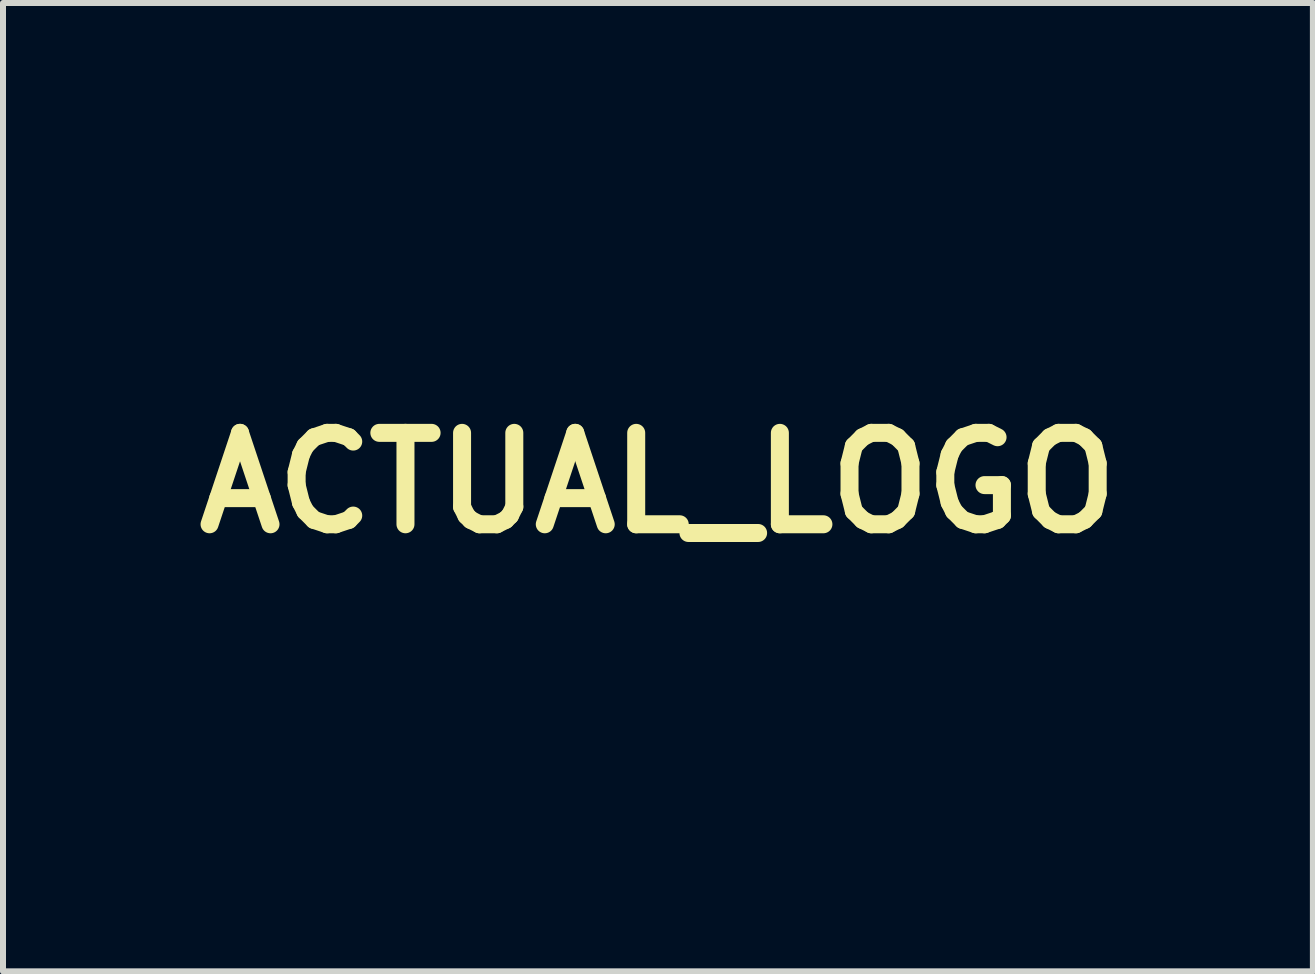
<source format=kicad_pcb>
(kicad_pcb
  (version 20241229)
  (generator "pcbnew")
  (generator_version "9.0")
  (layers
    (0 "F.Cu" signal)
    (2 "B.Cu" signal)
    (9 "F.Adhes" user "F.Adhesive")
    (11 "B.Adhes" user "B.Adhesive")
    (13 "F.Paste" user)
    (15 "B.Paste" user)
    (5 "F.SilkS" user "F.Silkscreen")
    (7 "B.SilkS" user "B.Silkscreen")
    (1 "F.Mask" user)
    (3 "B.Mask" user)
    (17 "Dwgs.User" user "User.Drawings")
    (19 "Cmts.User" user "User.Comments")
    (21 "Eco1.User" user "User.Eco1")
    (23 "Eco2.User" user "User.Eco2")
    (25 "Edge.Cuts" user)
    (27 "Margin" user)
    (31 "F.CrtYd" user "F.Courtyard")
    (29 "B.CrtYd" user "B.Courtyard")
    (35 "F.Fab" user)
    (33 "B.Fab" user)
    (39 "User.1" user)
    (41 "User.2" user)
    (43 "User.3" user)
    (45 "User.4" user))
  (footprint "ACTUAL_LOGO"
    (layer "F.Cu")
    (at 7.918 5)
    (property "Reference" "ACTUAL_LOGO" (at 0 0 0) (layer "F.SilkS") (effects (font (size 1.524 1.524) (thickness 0.3))))
    (attr through_hole)
    (fp_poly (pts (xy -4.657 2.244) (xy -4.699 2.286) (xy -4.741 2.244) (xy -4.699 2.201) (xy -4.657 2.244)) (stroke (width 0.01) (type solid)) (fill no) (layer "Eco2.User"))
    (fp_poly (pts (xy -4.572 2.413) (xy -4.614 2.455) (xy -4.657 2.413) (xy -4.614 2.371) (xy -4.572 2.413)) (stroke (width 0.01) (type solid)) (fill no) (layer "Eco2.User"))
    (fp_poly (pts (xy -4.403 -4.953) (xy -4.445 -4.911) (xy -4.487 -4.953) (xy -4.445 -4.995) (xy -4.403 -4.953)) (stroke (width 0.01) (type solid)) (fill no) (layer "Eco2.User"))
    (fp_poly (pts (xy -3.556 -4.022) (xy -3.598 -3.979) (xy -3.641 -4.022) (xy -3.598 -4.064) (xy -3.556 -4.022)) (stroke (width 0.01) (type solid)) (fill no) (layer "Eco2.User"))
    (fp_poly (pts (xy -3.471 1.397) (xy -3.514 1.439) (xy -3.556 1.397) (xy -3.514 1.355) (xy -3.471 1.397)) (stroke (width 0.01) (type solid)) (fill no) (layer "Eco2.User"))
    (fp_poly (pts (xy -2.54 4.445) (xy -2.582 4.487) (xy -2.625 4.445) (xy -2.582 4.403) (xy -2.54 4.445)) (stroke (width 0.01) (type solid)) (fill no) (layer "Eco2.User"))
    (fp_poly (pts (xy -2.371 4.53) (xy -2.413 4.572) (xy -2.455 4.53) (xy -2.413 4.487) (xy -2.371 4.53)) (stroke (width 0.01) (type solid)) (fill no) (layer "Eco2.User"))
    (fp_poly (pts (xy -2.201 -4.445) (xy -2.244 -4.403) (xy -2.286 -4.445) (xy -2.244 -4.487) (xy -2.201 -4.445)) (stroke (width 0.01) (type solid)) (fill no) (layer "Eco2.User"))
    (fp_poly (pts (xy -1.947 -4.191) (xy -1.99 -4.149) (xy -2.032 -4.191) (xy -1.99 -4.233) (xy -1.947 -4.191)) (stroke (width 0.01) (type solid)) (fill no) (layer "Eco2.User"))
    (fp_poly (pts (xy -1.778 -3.175) (xy -1.82 -3.133) (xy -1.863 -3.175) (xy -1.82 -3.217) (xy -1.778 -3.175)) (stroke (width 0.01) (type solid)) (fill no) (layer "Eco2.User"))
    (fp_poly (pts (xy -1.524 -3.006) (xy -1.566 -2.963) (xy -1.609 -3.006) (xy -1.566 -3.048) (xy -1.524 -3.006)) (stroke (width 0.01) (type solid)) (fill no) (layer "Eco2.User"))
    (fp_poly (pts (xy -1.016 -3.09) (xy -1.058 -3.048) (xy -1.101 -3.09) (xy -1.058 -3.133) (xy -1.016 -3.09)) (stroke (width 0.01) (type solid)) (fill no) (layer "Eco2.User"))
    (fp_poly (pts (xy -0.931 -4.953) (xy -0.974 -4.911) (xy -1.016 -4.953) (xy -0.974 -4.995) (xy -0.931 -4.953)) (stroke (width 0.01) (type solid)) (fill no) (layer "Eco2.User"))
    (fp_poly (pts (xy -0.085 -4.953) (xy -0.127 -4.911) (xy -0.169 -4.953) (xy -0.127 -4.995) (xy -0.085 -4.953)) (stroke (width 0.01) (type solid)) (fill no) (layer "Eco2.User"))
    (fp_poly (pts (xy 0.339 -4.953) (xy 0.296 -4.911) (xy 0.254 -4.953) (xy 0.296 -4.995) (xy 0.339 -4.953)) (stroke (width 0.01) (type solid)) (fill no) (layer "Eco2.User"))
    (fp_poly (pts (xy 1.101 -0.296) (xy 1.058 -0.254) (xy 1.016 -0.296) (xy 1.058 -0.339) (xy 1.101 -0.296)) (stroke (width 0.01) (type solid)) (fill no) (layer "Eco2.User"))
    (fp_poly (pts (xy 1.101 2.582) (xy 1.058 2.625) (xy 1.016 2.582) (xy 1.058 2.54) (xy 1.101 2.582)) (stroke (width 0.01) (type solid)) (fill no) (layer "Eco2.User"))
    (fp_poly (pts (xy 1.27 0.466) (xy 1.228 0.508) (xy 1.185 0.466) (xy 1.228 0.423) (xy 1.27 0.466)) (stroke (width 0.01) (type solid)) (fill no) (layer "Eco2.User"))
    (fp_poly (pts (xy 1.27 2.498) (xy 1.228 2.54) (xy 1.185 2.498) (xy 1.228 2.455) (xy 1.27 2.498)) (stroke (width 0.01) (type solid)) (fill no) (layer "Eco2.User"))
    (fp_poly (pts (xy 1.524 0.466) (xy 1.482 0.508) (xy 1.439 0.466) (xy 1.482 0.423) (xy 1.524 0.466)) (stroke (width 0.01) (type solid)) (fill no) (layer "Eco2.User"))
    (fp_poly (pts (xy 1.947 -4.953) (xy 1.905 -4.911) (xy 1.863 -4.953) (xy 1.905 -4.995) (xy 1.947 -4.953)) (stroke (width 0.01) (type solid)) (fill no) (layer "Eco2.User"))
    (fp_poly (pts (xy 2.201 0.212) (xy 2.159 0.254) (xy 2.117 0.212) (xy 2.159 0.169) (xy 2.201 0.212)) (stroke (width 0.01) (type solid)) (fill no) (layer "Eco2.User"))
    (fp_poly (pts (xy 2.286 -0.635) (xy 2.244 -0.593) (xy 2.201 -0.635) (xy 2.244 -0.677) (xy 2.286 -0.635)) (stroke (width 0.01) (type solid)) (fill no) (layer "Eco2.User"))
    (fp_poly (pts (xy 2.371 -4.953) (xy 2.328 -4.911) (xy 2.286 -4.953) (xy 2.328 -4.995) (xy 2.371 -4.953)) (stroke (width 0.01) (type solid)) (fill no) (layer "Eco2.User"))
    (fp_poly (pts (xy 3.979 1.651) (xy 3.937 1.693) (xy 3.895 1.651) (xy 3.937 1.609) (xy 3.979 1.651)) (stroke (width 0.01) (type solid)) (fill no) (layer "Eco2.User"))
    (fp_poly (pts (xy 4.149 1.736) (xy 4.106 1.778) (xy 4.064 1.736) (xy 4.106 1.693) (xy 4.149 1.736)) (stroke (width 0.01) (type solid)) (fill no) (layer "Eco2.User"))
    (fp_poly (pts (xy 4.403 -4.953) (xy 4.36 -4.911) (xy 4.318 -4.953) (xy 4.36 -4.995) (xy 4.403 -4.953)) (stroke (width 0.01) (type solid)) (fill no) (layer "Eco2.User"))
    (fp_poly (pts (xy -4.77 1.976) (xy -4.759 2.076) (xy -4.77 2.088) (xy -4.82 2.077) (xy -4.826 2.032) (xy -4.795 1.962) (xy -4.77 1.976)) (stroke (width 0.01) (type solid)) (fill no) (layer "Eco2.User"))
    (fp_poly (pts (xy -3.111 -4.967) (xy -3.101 -4.936) (xy -3.217 -4.924) (xy -3.338 -4.937) (xy -3.323 -4.967) (xy -3.15 -4.978) (xy -3.111 -4.967)) (stroke (width 0.01) (type solid)) (fill no) (layer "Eco2.User"))
    (fp_poly (pts (xy -2.992 -3.528) (xy -2.981 -3.427) (xy -2.992 -3.415) (xy -3.042 -3.427) (xy -3.048 -3.471) (xy -3.017 -3.541) (xy -2.992 -3.528)) (stroke (width 0.01) (type solid)) (fill no) (layer "Eco2.User"))
    (fp_poly (pts (xy -2.314 -2.173) (xy -2.326 -2.123) (xy -2.371 -2.117) (xy -2.44 -2.148) (xy -2.427 -2.173) (xy -2.327 -2.183) (xy -2.314 -2.173)) (stroke (width 0.01) (type solid)) (fill no) (layer "Eco2.User"))
    (fp_poly (pts (xy -1.806 4.77) (xy -1.818 4.82) (xy -1.863 4.826) (xy -1.932 4.795) (xy -1.919 4.77) (xy -1.819 4.759) (xy -1.806 4.77)) (stroke (width 0.01) (type solid)) (fill no) (layer "Eco2.User"))
    (fp_poly (pts (xy -1.552 4.854) (xy -1.564 4.905) (xy -1.609 4.911) (xy -1.678 4.88) (xy -1.665 4.854) (xy -1.565 4.844) (xy -1.552 4.854)) (stroke (width 0.01) (type solid)) (fill no) (layer "Eco2.User"))
    (fp_poly (pts (xy -1.298 4.939) (xy -1.31 4.989) (xy -1.355 4.995) (xy -1.424 4.964) (xy -1.411 4.939) (xy -1.311 4.929) (xy -1.298 4.939)) (stroke (width 0.01) (type solid)) (fill no) (layer "Eco2.User"))
    (fp_poly (pts (xy -1.297 -3.826) (xy -1.287 -3.694) (xy -1.304 -3.664) (xy -1.342 -3.689) (xy -1.348 -3.775) (xy -1.327 -3.865) (xy -1.297 -3.826)) (stroke (width 0.01) (type solid)) (fill no) (layer "Eco2.User"))
    (fp_poly (pts (xy -0.87 5.029) (xy -0.895 5.067) (xy -0.981 5.073) (xy -1.071 5.053) (xy -1.032 5.022) (xy -0.9 5.012) (xy -0.87 5.029)) (stroke (width 0.01) (type solid)) (fill no) (layer "Eco2.User"))
    (fp_poly (pts (xy -0.536 -4.967) (xy -0.548 -4.917) (xy -0.593 -4.911) (xy -0.662 -4.942) (xy -0.649 -4.967) (xy -0.549 -4.977) (xy -0.536 -4.967)) (stroke (width 0.01) (type solid)) (fill no) (layer "Eco2.User"))
    (fp_poly (pts (xy 1.157 2.314) (xy 1.145 2.365) (xy 1.101 2.371) (xy 1.031 2.34) (xy 1.044 2.314) (xy 1.145 2.304) (xy 1.157 2.314)) (stroke (width 0.01) (type solid)) (fill no) (layer "Eco2.User"))
    (fp_poly (pts (xy 1.496 2.399) (xy 1.484 2.449) (xy 1.439 2.455) (xy 1.37 2.424) (xy 1.383 2.399) (xy 1.483 2.389) (xy 1.496 2.399)) (stroke (width 0.01) (type solid)) (fill no) (layer "Eco2.User"))
    (fp_poly (pts (xy 2.005 -3.064) (xy 2.015 -2.932) (xy 1.998 -2.902) (xy 1.96 -2.927) (xy 1.954 -3.013) (xy 1.975 -3.103) (xy 2.005 -3.064)) (stroke (width 0.01) (type solid)) (fill no) (layer "Eco2.User"))
    (fp_poly (pts (xy 2.094 -2.76) (xy 2.068 -2.722) (xy 1.983 -2.716) (xy 1.892 -2.737) (xy 1.931 -2.767) (xy 2.064 -2.777) (xy 2.094 -2.76)) (stroke (width 0.01) (type solid)) (fill no) (layer "Eco2.User"))
    (fp_poly (pts (xy 2.766 -4.967) (xy 2.754 -4.917) (xy 2.709 -4.911) (xy 2.64 -4.942) (xy 2.653 -4.967) (xy 2.753 -4.977) (xy 2.766 -4.967)) (stroke (width 0.01) (type solid)) (fill no) (layer "Eco2.User"))
    (fp_poly (pts (xy 2.766 1.806) (xy 2.754 1.857) (xy 2.709 1.863) (xy 2.64 1.832) (xy 2.653 1.806) (xy 2.753 1.796) (xy 2.766 1.806)) (stroke (width 0.01) (type solid)) (fill no) (layer "Eco2.User"))
    (fp_poly (pts (xy 3.02 -4.967) (xy 3.008 -4.917) (xy 2.963 -4.911) (xy 2.894 -4.942) (xy 2.907 -4.967) (xy 3.007 -4.977) (xy 3.02 -4.967)) (stroke (width 0.01) (type solid)) (fill no) (layer "Eco2.User"))
    (fp_poly (pts (xy 4.374 1.806) (xy 4.363 1.857) (xy 4.318 1.863) (xy 4.248 1.832) (xy 4.262 1.806) (xy 4.362 1.796) (xy 4.374 1.806)) (stroke (width 0.01) (type solid)) (fill no) (layer "Eco2.User"))
    (fp_poly (pts (xy -4.5 2.574) (xy -4.41 2.653) (xy -4.403 2.672) (xy -4.443 2.707) (xy -4.527 2.629) (xy -4.538 2.612) (xy -4.548 2.554) (xy -4.5 2.574)) (stroke (width 0.01) (type solid)) (fill no) (layer "Eco2.User"))
    (fp_poly (pts (xy -2.807 4.268) (xy -2.716 4.353) (xy -2.735 4.402) (xy -2.747 4.403) (xy -2.818 4.343) (xy -2.844 4.305) (xy -2.854 4.247) (xy -2.807 4.268)) (stroke (width 0.01) (type solid)) (fill no) (layer "Eco2.User"))
    (fp_poly (pts (xy -2.163 4.624) (xy -2.044 4.693) (xy -2.064 4.737) (xy -2.112 4.741) (xy -2.226 4.68) (xy -2.243 4.658) (xy -2.229 4.61) (xy -2.163 4.624)) (stroke (width 0.01) (type solid)) (fill no) (layer "Eco2.User"))
    (fp_poly (pts (xy 0.797 -0.857) (xy 0.787 -0.762) (xy 0.73 -0.615) (xy 0.688 -0.617) (xy 0.677 -0.715) (xy 0.724 -0.855) (xy 0.754 -0.884) (xy 0.797 -0.857)) (stroke (width 0.01) (type solid)) (fill no) (layer "Eco2.User"))
    (fp_poly (pts (xy 0.834 0.034) (xy 0.924 0.113) (xy 0.931 0.132) (xy 0.891 0.167) (xy 0.807 0.089) (xy 0.796 0.072) (xy 0.786 0.014) (xy 0.834 0.034)) (stroke (width 0.01) (type solid)) (fill no) (layer "Eco2.User"))
    (fp_poly (pts (xy 0.858 1.837) (xy 0.93 1.903) (xy 1.005 2.013) (xy 0.955 2.012) (xy 0.849 1.951) (xy 0.767 1.861) (xy 0.774 1.823) (xy 0.858 1.837)) (stroke (width 0.01) (type solid)) (fill no) (layer "Eco2.User"))
    (fp_poly (pts (xy 1.765 -1.236) (xy 1.855 -1.157) (xy 1.863 -1.138) (xy 1.822 -1.103) (xy 1.739 -1.181) (xy 1.728 -1.198) (xy 1.718 -1.256) (xy 1.765 -1.236)) (stroke (width 0.01) (type solid)) (fill no) (layer "Eco2.User"))
    (fp_poly (pts (xy -3.789 -4.97) (xy -3.749 -4.949) (xy -3.855 -4.936) (xy -3.979 -4.934) (xy -4.162 -4.94) (xy -4.213 -4.957) (xy -4.17 -4.97) (xy -3.923 -4.984) (xy -3.789 -4.97)) (stroke (width 0.01) (type solid)) (fill no) (layer "Eco2.User"))
    (fp_poly (pts (xy -1.644 0.971) (xy -1.651 1.016) (xy -1.723 1.097) (xy -1.736 1.101) (xy -1.803 1.042) (xy -1.82 1.016) (xy -1.8 0.944) (xy -1.736 0.931) (xy -1.644 0.971)) (stroke (width 0.01) (type solid)) (fill no) (layer "Eco2.User"))
    (fp_poly (pts (xy -1.195 -4.334) (xy -1.185 -4.276) (xy -1.203 -4.163) (xy -1.219 -4.149) (xy -1.273 -4.215) (xy -1.301 -4.276) (xy -1.302 -4.385) (xy -1.267 -4.403) (xy -1.195 -4.334)) (stroke (width 0.01) (type solid)) (fill no) (layer "Eco2.User"))
    (fp_poly (pts (xy 0.732 -0.415) (xy 0.736 -0.401) (xy 0.748 -0.216) (xy 0.733 -0.147) (xy 0.705 -0.144) (xy 0.694 -0.276) (xy 0.694 -0.296) (xy 0.706 -0.428) (xy 0.732 -0.415)) (stroke (width 0.01) (type solid)) (fill no) (layer "Eco2.User"))
    (fp_poly (pts (xy 0.897 -2.668) (xy 0.889 -2.625) (xy 0.781 -2.543) (xy 0.757 -2.54) (xy 0.68 -2.605) (xy 0.677 -2.625) (xy 0.746 -2.699) (xy 0.809 -2.709) (xy 0.897 -2.668)) (stroke (width 0.01) (type solid)) (fill no) (layer "Eco2.User"))
    (fp_poly (pts (xy 1.039 5.024) (xy 1.042 5.052) (xy 0.909 5.064) (xy 0.889 5.063) (xy 0.758 5.051) (xy 0.77 5.026) (xy 0.785 5.021) (xy 0.969 5.009) (xy 1.039 5.024)) (stroke (width 0.01) (type solid)) (fill no) (layer "Eco2.User"))
    (fp_poly (pts (xy 1.606 -3.665) (xy 1.609 -3.646) (xy 1.547 -3.531) (xy 1.524 -3.514) (xy 1.452 -3.533) (xy 1.439 -3.593) (xy 1.484 -3.709) (xy 1.524 -3.725) (xy 1.606 -3.665)) (stroke (width 0.01) (type solid)) (fill no) (layer "Eco2.User"))
    (fp_poly (pts (xy 1.631 -0.06) (xy 1.665 -0.04) (xy 1.554 -0.027) (xy 1.397 -0.024) (xy 1.205 -0.031) (xy 1.149 -0.046) (xy 1.208 -0.061) (xy 1.458 -0.075) (xy 1.631 -0.06)) (stroke (width 0.01) (type solid)) (fill no) (layer "Eco2.User"))
    (fp_poly (pts (xy 2.179 -0.208) (xy 2.114 -0.076) (xy 2.03 -0.001) (xy 2.022 0) (xy 2.001 -0.059) (xy 2.049 -0.165) (xy 2.139 -0.284) (xy 2.179 -0.305) (xy 2.179 -0.208)) (stroke (width 0.01) (type solid)) (fill no) (layer "Eco2.User"))
    (fp_poly (pts (xy 3.362 -1.121) (xy 3.376 -0.9) (xy 3.36 -0.782) (xy 3.337 -0.762) (xy 3.324 -0.884) (xy 3.323 -0.974) (xy 3.332 -1.138) (xy 3.351 -1.163) (xy 3.362 -1.121)) (stroke (width 0.01) (type solid)) (fill no) (layer "Eco2.User"))
    (fp_poly (pts (xy 3.445 -2.349) (xy 3.458 -2.135) (xy 3.445 -2.053) (xy 3.42 -2.027) (xy 3.407 -2.144) (xy 3.406 -2.201) (xy 3.415 -2.355) (xy 3.437 -2.374) (xy 3.445 -2.349)) (stroke (width 0.01) (type solid)) (fill no) (layer "Eco2.User"))
    (fp_poly (pts (xy 3.531 -3.493) (xy 3.545 -3.246) (xy 3.531 -3.111) (xy 3.51 -3.071) (xy 3.497 -3.178) (xy 3.494 -3.302) (xy 3.501 -3.485) (xy 3.518 -3.535) (xy 3.531 -3.493)) (stroke (width 0.01) (type solid)) (fill no) (layer "Eco2.User"))
    (fp_poly (pts (xy 3.861 -4.265) (xy 3.768 -4.149) (xy 3.64 -4.023) (xy 3.572 -3.979) (xy 3.589 -4.032) (xy 3.683 -4.149) (xy 3.81 -4.274) (xy 3.879 -4.318) (xy 3.861 -4.265)) (stroke (width 0.01) (type solid)) (fill no) (layer "Eco2.User"))
    (fp_poly (pts (xy 4.285 -4.773) (xy 4.191 -4.657) (xy 4.064 -4.531) (xy 3.995 -4.487) (xy 4.013 -4.54) (xy 4.106 -4.657) (xy 4.234 -4.782) (xy 4.302 -4.826) (xy 4.285 -4.773)) (stroke (width 0.01) (type solid)) (fill no) (layer "Eco2.User"))
    (fp_poly (pts (xy -3.241 -3.408) (xy -3.241 -3.406) (xy -3.227 -3.13) (xy -3.242 -2.898) (xy -3.259 -2.852) (xy -3.271 -2.952) (xy -3.276 -3.175) (xy -3.271 -3.392) (xy -3.258 -3.476) (xy -3.241 -3.408)) (stroke (width 0.01) (type solid)) (fill no) (layer "Eco2.User"))
    (fp_poly (pts (xy -3.156 -2.308) (xy -3.156 -2.306) (xy -3.142 -2.03) (xy -3.157 -1.798) (xy -3.174 -1.751) (xy -3.187 -1.852) (xy -3.191 -2.074) (xy -3.186 -2.292) (xy -3.173 -2.375) (xy -3.156 -2.308)) (stroke (width 0.01) (type solid)) (fill no) (layer "Eco2.User"))
    (fp_poly (pts (xy 2.024 -1) (xy 2.052 -0.847) (xy 2.081 -0.62) (xy 2.073 -0.542) (xy 2.019 -0.597) (xy 1.978 -0.66) (xy 1.929 -0.856) (xy 1.947 -0.974) (xy 1.99 -1.057) (xy 2.024 -1)) (stroke (width 0.01) (type solid)) (fill no) (layer "Eco2.User"))
    (fp_poly (pts (xy 0.318 5.103) (xy 0.392 5.118) (xy 0.315 5.13) (xy 0.104 5.136) (xy 0 5.136) (xy -0.254 5.133) (xy -0.381 5.123) (xy -0.362 5.109) (xy -0.318 5.103) (xy 0.000417 5.089) (xy 0.318 5.103)) (stroke (width 0.01) (type solid)) (fill no) (layer "Eco2.User"))
    (fp_poly (pts (xy 2.011 1.102) (xy 2.098 1.125) (xy 2.063 1.165) (xy 1.964 1.294) (xy 1.925 1.397) (xy 1.894 1.483) (xy 1.877 1.41) (xy 1.872 1.333) (xy 1.898 1.155) (xy 2.007 1.102) (xy 2.011 1.102)) (stroke (width 0.01) (type solid)) (fill no) (layer "Eco2.User"))
    (fp_poly (pts (xy 3.014 3.142) (xy 3.004 3.269) (xy 2.911 3.392) (xy 2.776 3.504) (xy 2.686 3.494) (xy 2.635 3.441) (xy 2.586 3.331) (xy 2.667 3.225) (xy 2.723 3.183) (xy 2.91 3.102) (xy 3.014 3.142)) (stroke (width 0.01) (type solid)) (fill no) (layer "Eco2.User"))
    (fp_poly (pts (xy -2.782 3.119) (xy -2.691 3.28) (xy -2.685 3.45) (xy -2.685 3.45) (xy -2.792 3.539) (xy -2.963 3.548) (xy -3.118 3.484) (xy -3.167 3.418) (xy -3.16 3.238) (xy -3.043 3.09) (xy -2.914 3.048) (xy -2.782 3.119)) (stroke (width 0.01) (type solid)) (fill no) (layer "Eco2.User"))
    (fp_poly (pts (xy 0.56 4.189) (xy 0.668 4.311) (xy 0.633 4.449) (xy 0.626 4.461) (xy 0.464 4.616) (xy 0.282 4.621) (xy 0.189 4.558) (xy 0.099 4.386) (xy 0.138 4.232) (xy 0.266 4.134) (xy 0.446 4.131) (xy 0.56 4.189)) (stroke (width 0.01) (type solid)) (fill no) (layer "Eco2.User"))
    (fp_poly (pts (xy 1.236 -4.974) (xy 1.247 -4.972) (xy 1.327 -4.957) (xy 1.255 -4.945) (xy 1.046 -4.939) (xy 0.974 -4.938) (xy 0.727 -4.942) (xy 0.604 -4.953) (xy 0.627 -4.968) (xy 0.654 -4.972) (xy 0.934 -4.986) (xy 1.236 -4.974)) (stroke (width 0.01) (type solid)) (fill no) (layer "Eco2.User"))
    (fp_poly (pts (xy 2.813 4.33) (xy 2.657 4.439) (xy 2.468 4.554) (xy 2.306 4.637) (xy 2.241 4.657) (xy 2.204 4.633) (xy 2.208 4.629) (xy 2.344 4.538) (xy 2.532 4.427) (xy 2.718 4.327) (xy 2.848 4.266) (xy 2.879 4.262) (xy 2.813 4.33)) (stroke (width 0.01) (type solid)) (fill no) (layer "Eco2.User"))
    (fp_poly (pts (xy 3.279 -0.136) (xy 3.289 0.064) (xy 3.291 0.312) (xy 3.281 0.473) (xy 3.27 0.508) (xy 3.197 0.452) (xy 3.127 0.375) (xy 3.065 0.243) (xy 3.109 0.184) (xy 3.187 0.066) (xy 3.239 -0.127) (xy 3.262 -0.215) (xy 3.279 -0.136)) (stroke (width 0.01) (type solid)) (fill no) (layer "Eco2.User"))
    (fp_poly (pts (xy 2.097 4.693) (xy 2.042 4.732) (xy 1.88 4.801) (xy 1.664 4.88) (xy 1.45 4.95) (xy 1.291 4.991) (xy 1.255 4.995) (xy 1.186 4.963) (xy 1.185 4.959) (xy 1.258 4.917) (xy 1.439 4.853) (xy 1.67 4.782) (xy 1.894 4.723) (xy 2.054 4.691) (xy 2.097 4.693)) (stroke (width 0.01) (type solid)) (fill no) (layer "Eco2.User"))
    (fp_poly (pts (xy 2.709 -0.619) (xy 2.76 -0.526) (xy 2.707 -0.397) (xy 2.604 -0.264) (xy 2.459 -0.113) (xy 2.361 -0.049) (xy 2.347 -0.052) (xy 2.371 -0.133) (xy 2.486 -0.276) (xy 2.511 -0.302) (xy 2.639 -0.474) (xy 2.663 -0.607) (xy 2.659 -0.615) (xy 2.635 -0.677) (xy 2.709 -0.619)) (stroke (width 0.01) (type solid)) (fill no) (layer "Eco2.User"))
    (fp_poly (pts (xy 0.859 0.643) (xy 0.761 0.763) (xy 0.754 0.77) (xy 0.616 1.003) (xy 0.612 1.194) (xy 0.636 1.365) (xy 0.642 1.433) (xy 0.572 1.4) (xy 0.536 1.386) (xy 0.482 1.285) (xy 0.505 1.102) (xy 0.583 0.89) (xy 0.695 0.705) (xy 0.818 0.6) (xy 0.857 0.593) (xy 0.859 0.643)) (stroke (width 0.01) (type solid)) (fill no) (layer "Eco2.User"))
    (fp_poly (pts (xy 4.345 2.867) (xy 4.169 3.124) (xy 3.901 3.433) (xy 3.588 3.746) (xy 3.277 4.016) (xy 3.175 4.092) (xy 3.124 4.114) (xy 3.182 4.034) (xy 3.335 3.868) (xy 3.521 3.681) (xy 3.803 3.397) (xy 4.059 3.127) (xy 4.25 2.912) (xy 4.311 2.836) (xy 4.499 2.582) (xy 4.345 2.867)) (stroke (width 0.01) (type solid)) (fill no) (layer "Eco2.User"))
    (fp_poly (pts (xy -4.231 2.982) (xy -4.064 3.157) (xy -3.991 3.236) (xy -3.725 3.514) (xy -3.455 3.78) (xy -3.238 3.975) (xy -3.236 3.977) (xy -3.066 4.125) (xy -2.979 4.218) (xy -2.978 4.233) (xy -3.069 4.183) (xy -3.241 4.056) (xy -3.366 3.954) (xy -3.802 3.54) (xy -4.211 3.062) (xy -4.315 2.921) (xy -4.321 2.897) (xy -4.231 2.982)) (stroke (width 0.01) (type solid)) (fill no) (layer "Eco2.User"))
    (fp_poly (pts (xy 4.74 1.906) (xy 4.782 1.945) (xy 4.778 2.058) (xy 4.718 2.24) (xy 4.631 2.42) (xy 4.547 2.531) (xy 4.525 2.54) (xy 4.525 2.478) (xy 4.573 2.369) (xy 4.625 2.201) (xy 4.613 2.115) (xy 4.629 2.037) (xy 4.673 2.026) (xy 4.698 1.996) (xy 4.614 1.947) (xy 4.508 1.891) (xy 4.556 1.87) (xy 4.588 1.869) (xy 4.74 1.906)) (stroke (width 0.01) (type solid)) (fill no) (layer "Eco2.User"))
    (fp_poly (pts (xy 2.004 -1.459) (xy 2.405 -1.447) (xy 2.625 -1.433) (xy 2.75 -1.415) (xy 2.711 -1.4) (xy 2.512 -1.387) (xy 2.16 -1.376) (xy 1.672 -1.369) (xy 0.169 -1.355) (xy 0.169 2.967) (xy 0.516 2.79) (xy 0.729 2.692) (xy 0.872 2.647) (xy 0.9 2.65) (xy 0.851 2.699) (xy 0.699 2.79) (xy 0.498 2.896) (xy 0.299 2.989) (xy 0.156 3.043) (xy 0.128 3.048) (xy 0.116 2.967) (xy 0.106 2.739) (xy 0.097 2.385) (xy 0.09 1.928) (xy 0.086 1.391) (xy 0.085 0.809) (xy 0.085 -1.429) (xy 1.079 -1.456) (xy 1.541 -1.462) (xy 2.004 -1.459)) (stroke (width 0.01) (type solid)) (fill no) (layer "Eco2.User"))
    (fp_poly (pts (xy -3.23 1.389) (xy -3.155 1.512) (xy -3.133 1.658) (xy -3.113 1.763) (xy -3.037 1.86) (xy -2.877 1.968) (xy -2.604 2.106) (xy -2.369 2.216) (xy -2.051 2.366) (xy -1.805 2.49) (xy -1.661 2.573) (xy -1.638 2.597) (xy -1.724 2.58) (xy -1.92 2.503) (xy -2.186 2.384) (xy -2.203 2.376) (xy -2.478 2.257) (xy -2.695 2.182) (xy -2.808 2.168) (xy -2.809 2.169) (xy -2.814 2.258) (xy -2.731 2.423) (xy -2.705 2.461) (xy -2.583 2.644) (xy -2.559 2.71) (xy -2.618 2.67) (xy -2.747 2.534) (xy -2.933 2.313) (xy -3.004 2.223) (xy -3.248 1.89) (xy -3.368 1.667) (xy -3.368 1.548) (xy -3.297 1.524) (xy -3.25 1.471) (xy -3.268 1.426) (xy -3.278 1.368) (xy -3.23 1.389)) (stroke (width 0.01) (type solid)) (fill no) (layer "Eco2.User"))
    (fp_poly (pts (xy 2.49 0.807) (xy 2.5 0.814) (xy 2.604 0.885) (xy 2.652 0.95) (xy 2.63 1.035) (xy 2.524 1.168) (xy 2.321 1.376) (xy 2.129 1.567) (xy 1.949 1.79) (xy 1.844 2.006) (xy 1.833 2.066) (xy 1.79 2.233) (xy 1.711 2.324) (xy 1.637 2.316) (xy 1.609 2.204) (xy 1.648 2.043) (xy 1.693 1.99) (xy 1.766 1.87) (xy 1.778 1.783) (xy 1.849 1.635) (xy 1.932 1.588) (xy 2.061 1.502) (xy 2.2 1.338) (xy 2.318 1.147) (xy 2.383 0.979) (xy 2.382 0.974) (xy 2.54 0.974) (xy 2.582 1.016) (xy 2.625 0.974) (xy 2.582 0.931) (xy 2.54 0.974) (xy 2.382 0.974) (xy 2.366 0.886) (xy 2.288 0.776) (xy 2.286 0.755) (xy 2.346 0.738) (xy 2.49 0.807)) (stroke (width 0.01) (type solid)) (fill no) (layer "Eco2.User"))
    (fp_poly (pts (xy -2.011 -4.723) (xy -1.525 -4.717) (xy -1.156 -4.71) (xy -0.914 -4.702) (xy -0.81 -4.693) (xy -0.857 -4.684) (xy -0.998 -4.678) (xy -1.396 -4.658) (xy -1.672 -4.628) (xy -1.809 -4.591) (xy -1.818 -4.569) (xy -1.828 -4.493) (xy -1.858 -4.487) (xy -1.944 -4.549) (xy -1.947 -4.572) (xy -2.028 -4.61) (xy -2.257 -4.638) (xy -2.613 -4.654) (xy -2.895 -4.657) (xy -3.843 -4.657) (xy -3.565 -4.37) (xy -3.376 -4.133) (xy -3.32 -3.937) (xy -3.326 -3.883) (xy -3.354 -3.748) (xy -3.367 -3.774) (xy -3.375 -3.9) (xy -3.442 -4.097) (xy -3.595 -4.313) (xy -3.641 -4.36) (xy -3.799 -4.527) (xy -3.888 -4.65) (xy -3.895 -4.673) (xy -3.814 -4.692) (xy -3.588 -4.707) (xy -3.241 -4.718) (xy -2.796 -4.725) (xy -2.279 -4.725) (xy -2.011 -4.723)) (stroke (width 0.01) (type solid)) (fill no) (layer "Eco2.User"))
    (fp_poly (pts (xy 3.182 0.819) (xy 3.195 0.953) (xy 3.229 1.206) (xy 3.29 1.328) (xy 3.375 1.355) (xy 3.556 1.406) (xy 3.688 1.486) (xy 3.798 1.578) (xy 3.77 1.577) (xy 3.667 1.529) (xy 3.448 1.448) (xy 3.345 1.469) (xy 3.35 1.551) (xy 3.326 1.658) (xy 3.231 1.842) (xy 3.095 2.06) (xy 2.947 2.27) (xy 2.814 2.429) (xy 2.728 2.494) (xy 2.716 2.49) (xy 2.733 2.408) (xy 2.778 2.352) (xy 2.871 2.212) (xy 2.838 2.126) (xy 2.785 2.117) (xy 2.682 2.151) (xy 2.452 2.247) (xy 2.122 2.393) (xy 1.72 2.576) (xy 1.344 2.752) (xy 0.907 2.957) (xy 0.527 3.133) (xy 0.229 3.27) (xy 0.037 3.356) (xy -0.023 3.381) (xy -0.103 3.344) (xy -0.301 3.249) (xy -0.585 3.113) (xy -0.804 3.007) (xy -1.187 2.818) (xy -1.415 2.696) (xy -1.492 2.643) (xy -1.419 2.66) (xy -1.2 2.749) (xy -0.835 2.911) (xy -0.73 2.958) (xy -0.004 3.292) (xy 0.882 2.874) (xy 1.245 2.694) (xy 1.557 2.524) (xy 1.782 2.384) (xy 1.879 2.303) (xy 2.053 2.116) (xy 2.202 2.058) (xy 2.283 2.111) (xy 2.369 2.152) (xy 2.547 2.106) (xy 2.739 2.02) (xy 3.133 1.829) (xy 3.148 1.19) (xy 3.157 0.903) (xy 3.168 0.781) (xy 3.182 0.819)) (stroke (width 0.01) (type solid)) (fill no) (layer "Eco2.User"))
    (fp_poly (pts (xy 3.627 -4.386) (xy 3.515 -4.24) (xy 3.435 -4.107) (xy 3.379 -3.953) (xy 3.338 -3.744) (xy 3.306 -3.446) (xy 3.273 -3.026) (xy 3.26 -2.841) (xy 3.175 -1.651) (xy 1.63 -1.628) (xy 0.085 -1.605) (xy 0.085 -3.168) (xy 0.298 -3.168) (xy 0.309 -3.155) (xy 0.409 -3.17) (xy 0.55 -3.171) (xy 0.561 -3.089) (xy 0.557 -3.076) (xy 0.464 -2.794) (xy 0.457 -2.626) (xy 0.538 -2.535) (xy 0.608 -2.51) (xy 0.82 -2.476) (xy 1.098 -2.457) (xy 1.16 -2.456) (xy 1.387 -2.446) (xy 1.5 -2.387) (xy 1.556 -2.239) (xy 1.575 -2.141) (xy 1.617 -1.948) (xy 1.651 -1.906) (xy 1.696 -1.996) (xy 1.706 -2.022) (xy 1.744 -2.202) (xy 1.73 -2.295) (xy 1.768 -2.362) (xy 1.925 -2.421) (xy 1.942 -2.425) (xy 2.122 -2.494) (xy 2.201 -2.589) (xy 2.201 -2.593) (xy 2.246 -2.687) (xy 2.396 -2.7) (xy 2.611 -2.654) (xy 2.738 -2.6) (xy 2.708 -2.538) (xy 2.695 -2.53) (xy 2.642 -2.473) (xy 2.74 -2.457) (xy 2.835 -2.476) (xy 2.868 -2.566) (xy 2.851 -2.769) (xy 2.842 -2.829) (xy 2.813 -3.058) (xy 2.831 -3.161) (xy 2.911 -3.178) (xy 2.98 -3.166) (xy 3.109 -3.146) (xy 3.08 -3.171) (xy 3.006 -3.205) (xy 2.847 -3.252) (xy 2.779 -3.248) (xy 2.714 -3.291) (xy 2.662 -3.407) (xy 2.538 -3.63) (xy 2.374 -3.727) (xy 2.21 -3.694) (xy 2.091 -3.527) (xy 2.072 -3.46) (xy 2.019 -3.293) (xy 1.963 -3.282) (xy 1.939 -3.312) (xy 1.878 -3.491) (xy 1.864 -3.617) (xy 1.831 -3.752) (xy 1.726 -3.752) (xy 1.636 -3.735) (xy 1.654 -3.818) (xy 1.683 -3.876) (xy 1.73 -4.132) (xy 1.698 -4.248) (xy 1.643 -4.373) (xy 1.617 -4.352) (xy 1.604 -4.191) (xy 1.595 -3.993) (xy 1.595 -3.884) (xy 1.529 -3.842) (xy 1.415 -3.829) (xy 1.137 -3.785) (xy 0.889 -3.678) (xy 0.73 -3.538) (xy 0.705 -3.484) (xy 0.603 -3.34) (xy 0.438 -3.233) (xy 0.298 -3.168) (xy 0.085 -3.168) (xy 0.085 -4.741) (xy 3.909 -4.741) (xy 3.627 -4.386)) (stroke (width 0.01) (type solid)) (fill no) (layer "Eco2.User"))
    (fp_poly (pts (xy -2.117 -4.152) (xy -2.117 -4.144) (xy -2.042 -4.092) (xy -1.854 -4.037) (xy -1.764 -4.019) (xy -1.552 -3.97) (xy -1.501 -3.919) (xy -1.535 -3.89) (xy -1.71 -3.847) (xy -1.888 -3.846) (xy -2.071 -3.83) (xy -2.117 -3.756) (xy -2.047 -3.659) (xy -1.965 -3.641) (xy -1.838 -3.573) (xy -1.814 -3.471) (xy -1.86 -3.334) (xy -1.923 -3.302) (xy -2.024 -3.357) (xy -2.032 -3.392) (xy -2.084 -3.442) (xy -2.117 -3.429) (xy -2.139 -3.336) (xy -2.075 -3.248) (xy -1.971 -3.109) (xy -1.947 -3.037) (xy -1.895 -2.992) (xy -1.863 -3.006) (xy -1.793 -3.029) (xy -1.794 -2.955) (xy -1.872 -2.765) (xy -1.947 -2.605) (xy -2.059 -2.371) (xy -2.105 -2.251) (xy -2.095 -2.207) (xy -2.037 -2.201) (xy -1.944 -2.267) (xy -1.823 -2.429) (xy -1.807 -2.455) (xy -1.686 -2.622) (xy -1.584 -2.705) (xy -1.534 -2.688) (xy -1.555 -2.582) (xy -1.562 -2.472) (xy -1.479 -2.459) (xy -1.34 -2.523) (xy -1.178 -2.645) (xy -1.026 -2.805) (xy -0.941 -2.937) (xy -0.88 -3.146) (xy -0.855 -3.412) (xy -0.855 -3.445) (xy -0.86 -3.547) (xy -0.393 -3.547) (xy -0.364 -3.42) (xy -0.312 -3.308) (xy -0.283 -3.353) (xy -0.27 -3.414) (xy -0.267 -3.569) (xy -0.289 -3.619) (xy -0.367 -3.641) (xy -0.393 -3.547) (xy -0.86 -3.547) (xy -0.864 -3.638) (xy -0.884 -3.677) (xy -0.925 -3.576) (xy -0.931 -3.556) (xy -0.979 -3.42) (xy -0.999 -3.434) (xy -1.008 -3.602) (xy -1.001 -3.771) (xy -0.935 -3.835) (xy -0.759 -3.83) (xy -0.708 -3.825) (xy -0.519 -3.819) (xy -0.444 -3.853) (xy -0.448 -3.866) (xy -0.419 -3.933) (xy -0.326 -3.957) (xy -0.211 -3.947) (xy -0.242 -3.867) (xy -0.258 -3.848) (xy -0.313 -3.746) (xy -0.264 -3.725) (xy -0.22 -3.653) (xy -0.189 -3.431) (xy -0.173 -3.053) (xy -0.169 -2.667) (xy -0.169 -1.609) (xy -0.847 -1.609) (xy -1.185 -1.612) (xy -1.388 -1.629) (xy -1.489 -1.667) (xy -1.522 -1.735) (xy -1.524 -1.771) (xy -1.548 -1.999) (xy -1.568 -2.089) (xy -1.568 -2.13) (xy -1.512 -2.034) (xy -1.494 -1.998) (xy -1.401 -1.847) (xy -1.342 -1.86) (xy -1.338 -1.871) (xy -1.287 -1.946) (xy -1.189 -1.9) (xy -1.154 -1.871) (xy -1.025 -1.798) (xy -0.883 -1.824) (xy -0.788 -1.871) (xy -0.578 -2.033) (xy -0.423 -2.223) (xy -0.339 -2.4) (xy -0.326 -2.582) (xy -0.378 -2.841) (xy -0.451 -3.062) (xy -0.524 -3.191) (xy -0.555 -3.205) (xy -0.642 -3.126) (xy -0.774 -2.952) (xy -0.918 -2.736) (xy -1.038 -2.532) (xy -1.099 -2.393) (xy -1.101 -2.378) (xy -1.163 -2.249) (xy -1.299 -2.163) (xy -1.431 -2.164) (xy -1.451 -2.179) (xy -1.606 -2.226) (xy -1.84 -2.185) (xy -2.064 -2.143) (xy -2.183 -2.181) (xy -2.209 -2.213) (xy -2.218 -2.343) (xy -2.18 -2.384) (xy -2.171 -2.444) (xy -2.305 -2.499) (xy -2.452 -2.557) (xy -2.498 -2.666) (xy -2.495 -2.693) (xy -2.335 -2.693) (xy -2.248 -2.605) (xy -2.119 -2.637) (xy -2.065 -2.694) (xy -2.008 -2.857) (xy -2.049 -2.942) (xy -2.183 -3.041) (xy -2.287 -2.975) (xy -2.332 -2.868) (xy -2.335 -2.693) (xy -2.495 -2.693) (xy -2.48 -2.844) (xy -2.472 -3.06) (xy -2.542 -3.128) (xy -2.686 -3.044) (xy -2.705 -3.027) (xy -2.784 -2.963) (xy -2.761 -3.023) (xy -2.759 -3.027) (xy -2.767 -3.121) (xy -2.906 -3.15) (xy -2.991 -3.141) (xy -3.019 -3.175) (xy -2.371 -3.175) (xy -2.328 -3.133) (xy -2.286 -3.175) (xy -2.328 -3.217) (xy -2.371 -3.175) (xy -3.019 -3.175) (xy -3.024 -3.181) (xy -3.01 -3.21) (xy -2.895 -3.265) (xy -2.805 -3.262) (xy -2.696 -3.272) (xy -2.683 -3.392) (xy -2.691 -3.439) (xy -2.689 -3.45) (xy -2.622 -3.45) (xy -2.572 -3.384) (xy -2.453 -3.405) (xy -2.329 -3.494) (xy -2.289 -3.55) (xy -2.211 -3.726) (xy -2.232 -3.8) (xy -2.298 -3.81) (xy -2.419 -3.747) (xy -2.549 -3.606) (xy -2.621 -3.463) (xy -2.622 -3.45) (xy -2.689 -3.45) (xy -2.659 -3.689) (xy -2.572 -3.826) (xy -2.469 -3.95) (xy -2.494 -3.98) (xy -2.654 -3.946) (xy -2.826 -3.924) (xy -2.864 -3.981) (xy -2.861 -3.989) (xy -2.759 -4.089) (xy -2.662 -4.123) (xy -2.35 -4.175) (xy -2.177 -4.184) (xy -2.117 -4.152)) (stroke (width 0.01) (type solid)) (fill no) (layer "Eco2.User"))
    (fp_poly (pts (xy -1.929 -1.425) (xy -1.563 -1.42) (xy -0.127 -1.397) (xy -0.104 0.826) (xy -0.101 1.418) (xy -0.102 1.951) (xy -0.108 2.402) (xy -0.118 2.748) (xy -0.131 2.968) (xy -0.147 3.04) (xy -0.243 3.003) (xy -0.463 2.906) (xy -0.775 2.764) (xy -1.152 2.589) (xy -1.27 2.533) (xy -1.687 2.338) (xy -2.075 2.159) (xy -2.396 2.014) (xy -2.611 1.921) (xy -2.635 1.911) (xy -2.855 1.823) (xy -1.762 1.823) (xy -1.733 2.021) (xy -1.686 2.169) (xy -1.646 2.164) (xy -1.605 2.074) (xy -1.548 1.851) (xy -1.538 1.736) (xy -1.549 1.642) (xy -1.583 1.703) (xy -1.609 1.778) (xy -1.652 1.893) (xy -1.677 1.873) (xy -1.694 1.702) (xy -1.698 1.651) (xy -1.713 1.458) (xy -1.729 1.424) (xy -1.753 1.539) (xy -1.755 1.555) (xy -1.762 1.823) (xy -2.855 1.823) (xy -2.942 1.788) (xy -3.005 1.042) (xy -3.063 0.314) (xy -2.879 0.314) (xy -2.868 0.453) (xy -2.79 0.612) (xy -2.69 0.715) (xy -2.533 0.8) (xy -2.388 0.844) (xy -2.304 0.839) (xy -2.326 0.777) (xy -2.333 0.77) (xy -2.479 0.691) (xy -2.582 0.662) (xy -2.722 0.566) (xy -2.745 0.442) (xy -2.766 0.295) (xy -2.808 0.254) (xy -2.879 0.314) (xy -3.063 0.314) (xy -3.064 0.3) (xy -3.107 -0.287) (xy -3.111 -0.353) (xy -2.794 -0.353) (xy -2.735 -0.112) (xy -2.573 0.206) (xy -2.331 0.563) (xy -2.043 0.908) (xy -1.792 1.18) (xy -2.07 1.352) (xy -2.348 1.499) (xy -2.517 1.523) (xy -2.588 1.421) (xy -2.573 1.206) (xy -2.543 1.009) (xy -2.563 0.948) (xy -2.636 0.99) (xy -2.73 1.15) (xy -2.745 1.36) (xy -2.69 1.557) (xy -2.577 1.679) (xy -2.514 1.693) (xy -2.378 1.652) (xy -2.18 1.55) (xy -2.153 1.534) (xy -1.969 1.397) (xy -1.842 1.287) (xy -1.602 1.287) (xy -1.524 1.39) (xy -1.359 1.533) (xy -1.122 1.67) (xy -0.874 1.772) (xy -0.675 1.812) (xy -0.622 1.804) (xy -0.537 1.695) (xy -0.508 1.531) (xy -0.558 1.293) (xy -0.642 1.138) (xy -0.738 1.025) (xy -0.749 1.046) (xy -0.717 1.143) (xy -0.633 1.407) (xy -0.614 1.556) (xy -0.659 1.633) (xy -0.715 1.661) (xy -0.896 1.668) (xy -1.146 1.565) (xy -1.439 1.378) (xy -1.581 1.282) (xy -1.602 1.287) (xy -1.842 1.287) (xy -1.719 1.179) (xy -1.45 0.922) (xy -1.4 0.871) (xy -1.152 0.624) (xy -0.985 0.482) (xy -0.866 0.426) (xy -0.762 0.436) (xy -0.708 0.458) (xy -0.545 0.583) (xy -0.523 0.718) (xy -0.647 0.821) (xy -0.812 0.802) (xy -0.91 0.712) (xy -0.999 0.603) (xy -1.006 0.637) (xy -0.979 0.734) (xy -0.971 0.883) (xy -1.093 0.951) (xy -1.118 0.956) (xy -1.243 0.983) (xy -1.209 0.997) (xy -1.092 1.004) (xy -0.858 0.987) (xy -0.616 0.924) (xy -0.424 0.837) (xy -0.339 0.746) (xy -0.339 0.739) (xy -0.402 0.589) (xy -0.546 0.434) (xy -0.701 0.343) (xy -0.733 0.339) (xy -0.836 0.288) (xy -0.818 0.18) (xy -0.753 0.122) (xy -0.636 -0.021) (xy -0.531 -0.255) (xy -0.466 -0.503) (xy -0.468 -0.684) (xy -0.579 -0.821) (xy -0.764 -0.824) (xy -1 -0.695) (xy -1.075 -0.632) (xy -1.312 -0.417) (xy -1.022 -0.585) (xy -0.785 -0.697) (xy -0.65 -0.688) (xy -0.596 -0.553) (xy -0.593 -0.475) (xy -0.644 -0.283) (xy -0.778 -0.018) (xy -0.962 0.269) (xy -1.165 0.526) (xy -1.279 0.641) (xy -1.46 0.804) (xy -1.402 0.423) (xy -1.377 0.202) (xy -1.392 0.129) (xy -1.436 0.169) (xy -1.494 0.34) (xy -1.506 0.57) (xy -1.515 0.764) (xy -1.563 0.864) (xy -1.569 0.866) (xy -1.622 0.805) (xy -1.664 0.622) (xy -1.676 0.496) (xy -1.712 0.231) (xy -1.786 0.097) (xy -1.856 0.062) (xy -1.944 0.051) (xy -1.973 0.104) (xy -1.947 0.259) (xy -1.902 0.434) (xy -1.845 0.723) (xy -1.862 0.872) (xy -1.951 0.874) (xy -2.07 0.767) (xy -2.166 0.609) (xy -2.132 0.437) (xy -2.119 0.409) (xy -2.059 0.279) (xy -2.083 0.288) (xy -2.146 0.364) (xy -2.235 0.454) (xy -2.312 0.436) (xy -2.427 0.294) (xy -2.446 0.267) (xy -2.485 0.198) (xy -2.342 0.198) (xy -2.331 0.248) (xy -2.286 0.254) (xy -2.216 0.223) (xy -2.23 0.198) (xy -2.33 0.187) (xy -2.342 0.198) (xy -2.485 0.198) (xy -2.574 0.04) (xy -2.629 -0.126) (xy -2.062 -0.126) (xy -1.99 -0.085) (xy -1.82 -0.02) (xy -1.715 -0.024) (xy -1.609 -0.085) (xy -1.594 -0.105) (xy -1.318 -0.105) (xy -1.235 -0.091) (xy -1.125 -0.107) (xy -1.124 -0.136) (xy -1.237 -0.156) (xy -1.286 -0.143) (xy -1.318 -0.105) (xy -1.594 -0.105) (xy -1.57 -0.137) (xy -1.676 -0.16) (xy -1.82 -0.162) (xy -2.018 -0.152) (xy -2.062 -0.126) (xy -2.629 -0.126) (xy -2.644 -0.171) (xy -2.645 -0.182) (xy -2.638 -0.318) (xy -2.545 -0.368) (xy -2.391 -0.371) (xy -2.212 -0.376) (xy -2.175 -0.421) (xy -2.21 -0.477) (xy -2.359 -0.561) (xy -2.028 -0.561) (xy -2.015 -0.464) (xy -1.973 -0.509) (xy -1.917 -0.632) (xy -1.84 -0.791) (xy -1.79 -0.806) (xy -1.749 -0.725) (xy -1.696 -0.616) (xy -1.634 -0.643) (xy -1.567 -0.728) (xy -1.481 -0.826) (xy -1.447 -0.791) (xy -1.437 -0.635) (xy -1.428 -0.465) (xy -1.404 -0.454) (xy -1.346 -0.588) (xy -1.314 -0.871) (xy -1.362 -1.033) (xy -1.47 -1.223) (xy -1.566 -1.26) (xy -1.63 -1.164) (xy -1.686 -1.101) (xy -1.796 -1.166) (xy -1.89 -1.215) (xy -1.946 -1.143) (xy -1.979 -1.007) (xy -2.016 -0.757) (xy -2.028 -0.561) (xy -2.359 -0.561) (xy -2.361 -0.562) (xy -2.55 -0.593) (xy -2.726 -0.569) (xy -2.788 -0.462) (xy -2.794 -0.353) (xy -3.111 -0.353) (xy -3.133 -0.735) (xy -3.142 -1.056) (xy -3.135 -1.267) (xy -3.113 -1.38) (xy -3.089 -1.409) (xy -2.978 -1.419) (xy -2.728 -1.425) (xy -2.368 -1.427) (xy -1.929 -1.425)) (stroke (width 0.01) (type solid)) (fill no) (layer "Eco2.User"))
    (fp_poly (pts (xy -3.562 1.763) (xy -3.434 1.923) (xy -3.306 2.111) (xy -2.839 2.687) (xy -2.249 3.168) (xy -1.563 3.539) (xy -0.808 3.783) (xy -0.404 3.853) (xy 0.213 3.859) (xy 0.821 3.752) (xy 1.79 3.752) (xy 1.843 3.937) (xy 1.908 4.069) (xy 2.005 4.234) (xy 2.101 4.271) (xy 2.266 4.201) (xy 2.289 4.19) (xy 2.46 4.076) (xy 2.539 3.974) (xy 2.54 3.967) (xy 2.482 3.939) (xy 2.333 4.011) (xy 2.167 4.086) (xy 2.076 4.067) (xy 2.102 3.973) (xy 2.206 3.892) (xy 2.327 3.805) (xy 2.343 3.754) (xy 2.245 3.756) (xy 2.129 3.803) (xy 1.961 3.849) (xy 1.905 3.811) (xy 1.934 3.72) (xy 2.07 3.627) (xy 2.227 3.532) (xy 2.286 3.456) (xy 2.222 3.44) (xy 2.063 3.498) (xy 2.032 3.514) (xy 1.849 3.629) (xy 1.79 3.752) (xy 0.821 3.752) (xy 0.879 3.742) (xy 1.545 3.518) (xy 1.945 3.312) (xy 2.373 3.312) (xy 2.557 3.561) (xy 2.699 3.725) (xy 2.811 3.808) (xy 2.824 3.81) (xy 2.864 3.771) (xy 2.851 3.754) (xy 2.843 3.654) (xy 2.941 3.544) (xy 3.091 3.476) (xy 3.138 3.471) (xy 3.3 3.423) (xy 3.352 3.374) (xy 3.362 3.315) (xy 3.324 3.331) (xy 3.241 3.303) (xy 3.182 3.174) (xy 3.079 3.003) (xy 2.898 2.976) (xy 2.654 3.094) (xy 2.595 3.138) (xy 2.373 3.312) (xy 1.945 3.312) (xy 2.161 3.201) (xy 2.494 2.967) (xy 2.709 2.77) (xy 2.776 2.697) (xy 3.098 2.697) (xy 3.13 2.74) (xy 3.241 2.734) (xy 3.456 2.756) (xy 3.598 2.824) (xy 3.753 2.912) (xy 3.805 2.888) (xy 3.735 2.763) (xy 3.727 2.753) (xy 3.631 2.58) (xy 3.554 2.349) (xy 3.489 2.074) (xy 3.48 2.349) (xy 3.449 2.547) (xy 3.357 2.621) (xy 3.307 2.625) (xy 3.149 2.658) (xy 3.098 2.697) (xy 2.776 2.697) (xy 2.952 2.508) (xy 3.187 2.225) (xy 3.377 1.966) (xy 3.486 1.776) (xy 3.491 1.762) (xy 3.563 1.723) (xy 3.743 1.763) (xy 4.005 1.867) (xy 4.256 1.986) (xy 4.43 2.088) (xy 4.486 2.145) (xy 4.443 2.247) (xy 4.329 2.444) (xy 4.185 2.67) (xy 3.685 3.289) (xy 3.065 3.844) (xy 2.365 4.306) (xy 1.625 4.646) (xy 1.177 4.78) (xy 0.657 4.864) (xy 0.063 4.897) (xy -0.532 4.88) (xy -1.055 4.813) (xy -1.153 4.791) (xy -1.863 4.552) (xy -2.567 4.194) (xy -2.884 3.972) (xy -2.562 3.972) (xy -2.551 3.979) (xy -2.457 3.912) (xy -2.423 3.847) (xy -2.343 3.758) (xy -2.257 3.802) (xy -2.205 3.952) (xy -2.201 4.013) (xy -2.167 4.213) (xy -2.083 4.315) (xy -2.062 4.318) (xy -2.01 4.251) (xy -1.918 4.089) (xy -1.907 4.068) (xy -1.809 3.843) (xy -1.804 3.818) (xy -1.609 3.818) (xy -1.543 3.891) (xy -1.517 3.895) (xy -1.463 3.973) (xy -1.465 4.197) (xy -1.472 4.255) (xy -1.519 4.614) (xy -1.452 4.458) (xy -0.915 4.458) (xy -0.813 4.629) (xy -0.783 4.65) (xy -0.558 4.733) (xy -0.374 4.671) (xy -0.302 4.608) (xy -0.187 4.473) (xy -0.208 4.414) (xy -0.336 4.403) (xy -0.456 4.441) (xy -0.451 4.538) (xy -0.458 4.634) (xy -0.553 4.646) (xy -0.684 4.584) (xy -0.794 4.468) (xy -0.832 4.333) (xy 0.028 4.333) (xy 0.07 4.532) (xy 0.198 4.686) (xy 0.381 4.741) (xy 0.589 4.671) (xy 0.679 4.569) (xy 0.735 4.327) (xy 0.659 4.129) (xy 0.62 4.104) (xy 0.946 4.104) (xy 0.964 4.28) (xy 1.009 4.463) (xy 1.065 4.591) (xy 1.106 4.611) (xy 1.144 4.506) (xy 1.13 4.442) (xy 1.135 4.338) (xy 1.222 4.328) (xy 1.321 4.417) (xy 1.39 4.437) (xy 1.455 4.319) (xy 1.517 4.183) (xy 1.58 4.196) (xy 1.65 4.284) (xy 1.745 4.391) (xy 1.769 4.362) (xy 1.723 4.189) (xy 1.685 4.077) (xy 1.588 3.867) (xy 1.5 3.827) (xy 1.424 3.955) (xy 1.402 4.031) (xy 1.353 4.183) (xy 1.283 4.188) (xy 1.181 4.102) (xy 1.043 4.007) (xy 0.968 3.999) (xy 0.946 4.104) (xy 0.62 4.104) (xy 0.483 4.015) (xy 0.246 4.024) (xy 0.084 4.145) (xy 0.028 4.333) (xy -0.832 4.333) (xy -0.836 4.321) (xy -0.738 4.173) (xy -0.598 4.075) (xy -0.456 4.109) (xy -0.422 4.13) (xy -0.292 4.182) (xy -0.254 4.151) (xy -0.325 4.061) (xy -0.492 4.012) (xy -0.68 4.014) (xy -0.805 4.065) (xy -0.913 4.243) (xy -0.915 4.458) (xy -1.452 4.458) (xy -1.381 4.293) (xy -1.259 4.078) (xy -1.146 4.011) (xy -1.13 4.015) (xy -1.029 4.017) (xy -1.016 3.991) (xy -1.088 3.924) (xy -1.267 3.847) (xy -1.312 3.832) (xy -1.507 3.791) (xy -1.605 3.807) (xy -1.609 3.818) (xy -1.804 3.818) (xy -1.785 3.712) (xy -1.834 3.695) (xy -1.947 3.81) (xy -2.113 4.022) (xy -2.116 3.81) (xy -2.145 3.621) (xy -2.208 3.459) (xy -2.28 3.379) (xy -2.313 3.389) (xy -2.402 3.523) (xy -2.489 3.704) (xy -2.55 3.874) (xy -2.562 3.972) (xy -2.884 3.972) (xy -3.199 3.753) (xy -3.434 3.544) (xy -3.659 3.313) (xy -3.302 3.313) (xy -3.237 3.501) (xy -3.085 3.662) (xy -2.921 3.725) (xy -2.772 3.67) (xy -2.673 3.592) (xy -2.557 3.43) (xy -2.567 3.257) (xy -2.628 3.127) (xy -2.779 2.989) (xy -2.977 2.968) (xy -3.165 3.047) (xy -3.286 3.21) (xy -3.302 3.313) (xy -3.659 3.313) (xy -3.723 3.247) (xy -3.997 2.929) (xy -4.232 2.623) (xy -4.269 2.566) (xy -4.059 2.566) (xy -4.008 2.604) (xy -3.887 2.58) (xy -3.767 2.555) (xy -3.766 2.62) (xy -3.812 2.713) (xy -3.87 2.842) (xy -3.821 2.873) (xy -3.671 2.842) (xy -3.515 2.813) (xy -3.497 2.846) (xy -3.535 2.89) (xy -3.626 3.019) (xy -3.641 3.07) (xy -3.586 3.101) (xy -3.434 3.017) (xy -3.281 2.895) (xy -3.148 2.742) (xy -3.169 2.654) (xy -3.337 2.646) (xy -3.387 2.654) (xy -3.578 2.68) (xy -3.63 2.629) (xy -3.565 2.472) (xy -3.549 2.443) (xy -3.49 2.277) (xy -3.552 2.228) (xy -3.733 2.298) (xy -3.804 2.338) (xy -3.988 2.469) (xy -4.059 2.566) (xy -4.269 2.566) (xy -4.403 2.362) (xy -4.484 2.18) (xy -4.487 2.152) (xy -4.416 2.077) (xy -4.233 1.972) (xy -4.088 1.905) (xy -3.849 1.804) (xy -3.679 1.731) (xy -3.633 1.711) (xy -3.562 1.763)) (stroke (width 0.01) (type solid)) (fill no) (layer "Eco2.User")))
  (gr_rect
    (start -3 -3)
    (end 18.835 13.142)
    (stroke (width 0.1) (type default))
    (fill no)
    (layer "Edge.Cuts")))
</source>
